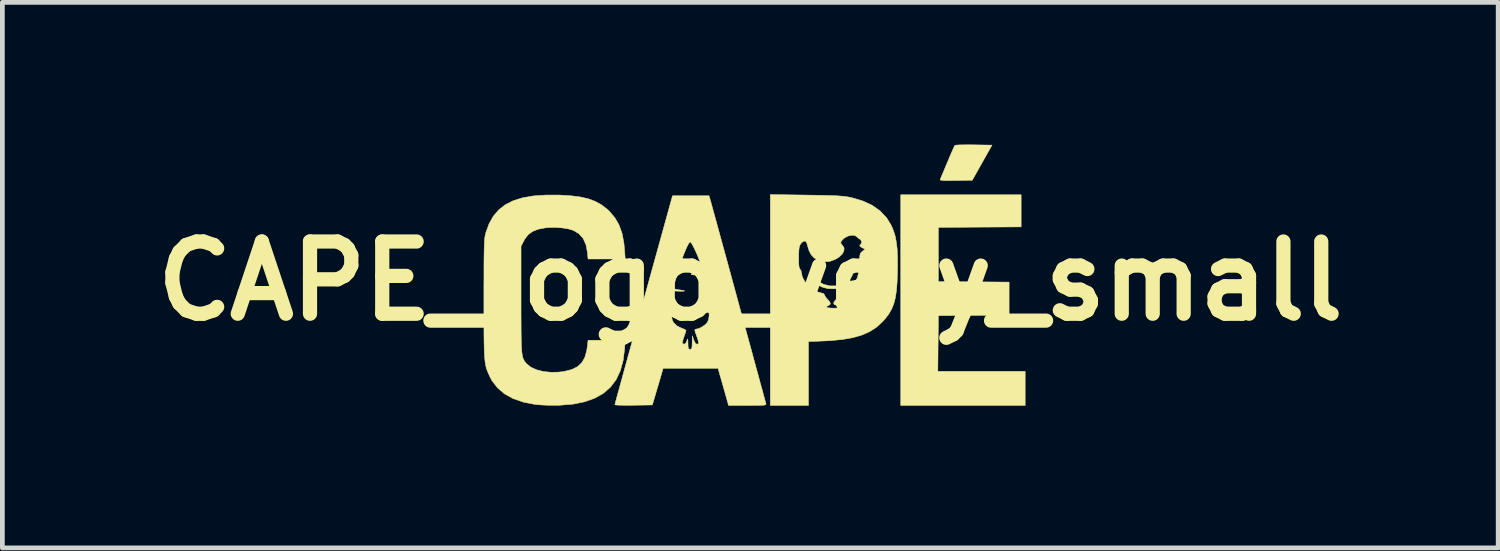
<source format=kicad_pcb>
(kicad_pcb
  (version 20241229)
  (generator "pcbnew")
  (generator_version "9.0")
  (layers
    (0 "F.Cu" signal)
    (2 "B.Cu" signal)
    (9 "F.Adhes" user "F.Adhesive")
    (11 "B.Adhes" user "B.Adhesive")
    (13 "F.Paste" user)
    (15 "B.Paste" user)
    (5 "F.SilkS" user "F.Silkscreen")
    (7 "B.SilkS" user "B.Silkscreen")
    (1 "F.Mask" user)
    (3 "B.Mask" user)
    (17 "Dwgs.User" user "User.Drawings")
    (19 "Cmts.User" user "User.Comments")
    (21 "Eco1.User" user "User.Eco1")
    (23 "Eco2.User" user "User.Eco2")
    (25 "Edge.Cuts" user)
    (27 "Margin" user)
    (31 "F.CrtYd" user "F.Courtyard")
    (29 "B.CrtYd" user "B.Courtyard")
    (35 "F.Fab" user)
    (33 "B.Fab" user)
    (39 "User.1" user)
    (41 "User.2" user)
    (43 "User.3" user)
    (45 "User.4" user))
  (footprint "CAPE_logo_very_small"
    (layer "F.Cu")
    (at 12.78 2.88)
    (property "Reference" "CAPE_logo_very_small" (at 0 0 0) (layer "F.SilkS") (effects (font (size 1.524 1.524) (thickness 0.3))))
    (attr through_hole)
    (fp_poly (pts (xy 5.715 -1.143) (xy 4.842 -1.138) (xy 3.969 -1.132) (xy 3.969 0.011) (xy 5.461 0.022) (xy 5.461 0.719) (xy 4.715 0.725) (xy 3.969 0.73) (xy 3.963 1.318) (xy 3.957 1.905) (xy 5.8 1.905) (xy 5.8 2.625) (xy 3.175 2.625) (xy 3.175 -1.82) (xy 5.715 -1.82) (xy 5.715 -1.143)) (stroke (width 0.01) (type solid)) (fill yes) (layer "F.SilkS"))
    (fp_poly (pts (xy 4.716 -2.874) (xy 5.1 -2.868) (xy 4.892 -2.498) (xy 4.684 -2.127) (xy 4.34 -2.121) (xy 4.208 -2.12) (xy 4.113 -2.12) (xy 4.051 -2.124) (xy 4.017 -2.129) (xy 4.006 -2.138) (xy 4.007 -2.143) (xy 4.018 -2.17) (xy 4.043 -2.23) (xy 4.079 -2.315) (xy 4.122 -2.418) (xy 4.16 -2.508) (xy 4.207 -2.62) (xy 4.249 -2.718) (xy 4.284 -2.796) (xy 4.307 -2.847) (xy 4.317 -2.863) (xy 4.342 -2.868) (xy 4.402 -2.872) (xy 4.491 -2.874) (xy 4.601 -2.875) (xy 4.716 -2.874)) (stroke (width 0.01) (type solid)) (fill yes) (layer "F.SilkS"))
    (fp_poly (pts (xy 2.162 -0.217) (xy 2.169 -0.183) (xy 2.154 -0.127) (xy 2.12 -0.06) (xy 2.074 0.006) (xy 2.026 0.057) (xy 1.912 0.13) (xy 1.783 0.164) (xy 1.638 0.159) (xy 1.539 0.135) (xy 1.476 0.108) (xy 1.408 0.065) (xy 1.343 0.014) (xy 1.288 -0.038) (xy 1.251 -0.085) (xy 1.239 -0.12) (xy 1.243 -0.13) (xy 1.266 -0.135) (xy 1.301 -0.111) (xy 1.337 -0.073) (xy 1.434 0.01) (xy 1.551 0.07) (xy 1.677 0.102) (xy 1.8 0.102) (xy 1.877 0.083) (xy 1.968 0.029) (xy 2.047 -0.057) (xy 2.099 -0.146) (xy 2.128 -0.204) (xy 2.151 -0.222) (xy 2.162 -0.217)) (stroke (width 0.01) (type solid)) (fill yes) (layer "F.SilkS"))
    (fp_poly (pts (xy -4.035 -1.815) (xy -3.797 -1.801) (xy -3.594 -1.776) (xy -3.421 -1.737) (xy -3.272 -1.682) (xy -3.141 -1.61) (xy -3.022 -1.518) (xy -2.972 -1.471) (xy -2.856 -1.335) (xy -2.768 -1.182) (xy -2.705 -1.005) (xy -2.666 -0.8) (xy -2.653 -0.661) (xy -2.639 -0.466) (xy -3.423 -0.466) (xy -3.436 -0.604) (xy -3.467 -0.766) (xy -3.526 -0.898) (xy -3.615 -0.999) (xy -3.732 -1.069) (xy -3.839 -1.101) (xy -3.973 -1.122) (xy -4.121 -1.132) (xy -4.267 -1.128) (xy -4.321 -1.123) (xy -4.474 -1.094) (xy -4.593 -1.047) (xy -4.685 -0.98) (xy -4.756 -0.887) (xy -4.773 -0.856) (xy -4.837 -0.733) (xy -4.837 0.39) (xy -4.837 0.648) (xy -4.836 0.867) (xy -4.835 1.051) (xy -4.833 1.203) (xy -4.83 1.327) (xy -4.825 1.427) (xy -4.819 1.506) (xy -4.81 1.567) (xy -4.799 1.615) (xy -4.784 1.653) (xy -4.767 1.684) (xy -4.747 1.712) (xy -4.722 1.741) (xy -4.718 1.745) (xy -4.63 1.817) (xy -4.511 1.871) (xy -4.367 1.908) (xy -4.206 1.925) (xy -4.036 1.921) (xy -3.927 1.907) (xy -3.77 1.868) (xy -3.648 1.808) (xy -3.557 1.725) (xy -3.492 1.614) (xy -3.451 1.471) (xy -3.436 1.371) (xy -3.423 1.249) (xy -2.64 1.249) (xy -2.652 1.435) (xy -2.683 1.679) (xy -2.742 1.894) (xy -2.831 2.081) (xy -2.95 2.239) (xy -3.1 2.369) (xy -3.281 2.471) (xy -3.494 2.547) (xy -3.739 2.597) (xy -4.017 2.62) (xy -4.19 2.622) (xy -4.301 2.619) (xy -4.411 2.614) (xy -4.504 2.607) (xy -4.541 2.603) (xy -4.786 2.555) (xy -5.001 2.481) (xy -5.183 2.381) (xy -5.332 2.254) (xy -5.449 2.103) (xy -5.492 2.022) (xy -5.517 1.968) (xy -5.539 1.918) (xy -5.558 1.87) (xy -5.573 1.82) (xy -5.586 1.763) (xy -5.596 1.698) (xy -5.604 1.619) (xy -5.61 1.523) (xy -5.614 1.407) (xy -5.617 1.266) (xy -5.619 1.099) (xy -5.619 0.899) (xy -5.62 0.665) (xy -5.62 0.393) (xy -5.62 0.381) (xy -5.62 0.116) (xy -5.619 -0.11) (xy -5.619 -0.301) (xy -5.618 -0.46) (xy -5.616 -0.59) (xy -5.614 -0.696) (xy -5.611 -0.781) (xy -5.607 -0.848) (xy -5.603 -0.901) (xy -5.597 -0.944) (xy -5.59 -0.979) (xy -5.582 -1.011) (xy -5.581 -1.016) (xy -5.513 -1.204) (xy -5.424 -1.365) (xy -5.31 -1.5) (xy -5.17 -1.61) (xy -5.002 -1.695) (xy -4.804 -1.757) (xy -4.574 -1.797) (xy -4.31 -1.815) (xy -4.035 -1.815)) (stroke (width 0.01) (type solid)) (fill yes) (layer "F.SilkS"))
    (fp_poly (pts (xy 1.18 -1.814) (xy 1.387 -1.811) (xy 1.556 -1.808) (xy 1.694 -1.804) (xy 1.806 -1.8) (xy 1.896 -1.794) (xy 1.971 -1.787) (xy 2.036 -1.779) (xy 2.095 -1.769) (xy 2.138 -1.76) (xy 2.369 -1.692) (xy 2.571 -1.599) (xy 2.74 -1.479) (xy 2.876 -1.335) (xy 2.975 -1.174) (xy 3.021 -1.065) (xy 3.057 -0.95) (xy 3.082 -0.822) (xy 3.099 -0.676) (xy 3.107 -0.504) (xy 3.108 -0.299) (xy 3.106 -0.191) (xy 3.098 0.024) (xy 3.084 0.203) (xy 3.061 0.353) (xy 3.028 0.48) (xy 2.983 0.591) (xy 2.924 0.693) (xy 2.849 0.792) (xy 2.788 0.86) (xy 2.665 0.972) (xy 2.524 1.064) (xy 2.361 1.137) (xy 2.17 1.193) (xy 1.95 1.232) (xy 1.695 1.257) (xy 1.572 1.263) (xy 1.228 1.277) (xy 1.228 2.625) (xy 0.423 2.625) (xy 0.423 -0.504) (xy 1.021 -0.504) (xy 1.022 -0.395) (xy 1.026 -0.321) (xy 1.035 -0.276) (xy 1.049 -0.253) (xy 1.072 -0.214) (xy 1.08 -0.172) (xy 1.099 -0.084) (xy 1.15 0.009) (xy 1.225 0.097) (xy 1.316 0.172) (xy 1.414 0.226) (xy 1.487 0.247) (xy 1.544 0.263) (xy 1.566 0.288) (xy 1.566 0.29) (xy 1.58 0.323) (xy 1.615 0.369) (xy 1.63 0.384) (xy 1.679 0.443) (xy 1.69 0.484) (xy 1.664 0.51) (xy 1.651 0.514) (xy 1.617 0.533) (xy 1.609 0.548) (xy 1.629 0.562) (xy 1.687 0.569) (xy 1.759 0.572) (xy 1.841 0.569) (xy 1.887 0.562) (xy 1.901 0.549) (xy 1.9 0.545) (xy 1.875 0.525) (xy 1.826 0.512) (xy 1.824 0.512) (xy 1.772 0.496) (xy 1.758 0.464) (xy 1.783 0.417) (xy 1.81 0.39) (xy 1.846 0.345) (xy 1.863 0.303) (xy 1.863 0.301) (xy 1.878 0.27) (xy 1.928 0.237) (xy 1.979 0.213) (xy 2.102 0.144) (xy 2.195 0.05) (xy 2.26 -0.071) (xy 2.296 -0.222) (xy 2.307 -0.389) (xy 2.308 -0.481) (xy 2.312 -0.54) (xy 2.321 -0.578) (xy 2.339 -0.604) (xy 2.365 -0.627) (xy 2.424 -0.673) (xy 2.365 -0.7) (xy 2.317 -0.73) (xy 2.311 -0.756) (xy 2.328 -0.773) (xy 2.348 -0.805) (xy 2.344 -0.849) (xy 2.318 -0.881) (xy 2.312 -0.883) (xy 2.269 -0.912) (xy 2.249 -0.934) (xy 2.205 -0.962) (xy 2.139 -0.967) (xy 2.064 -0.95) (xy 1.993 -0.913) (xy 1.974 -0.898) (xy 1.924 -0.848) (xy 1.908 -0.81) (xy 1.925 -0.774) (xy 1.949 -0.75) (xy 1.98 -0.698) (xy 1.975 -0.635) (xy 1.939 -0.569) (xy 1.872 -0.505) (xy 1.793 -0.456) (xy 1.665 -0.411) (xy 1.542 -0.408) (xy 1.427 -0.442) (xy 1.346 -0.49) (xy 1.285 -0.555) (xy 1.239 -0.644) (xy 1.202 -0.767) (xy 1.197 -0.788) (xy 1.174 -0.835) (xy 1.136 -0.844) (xy 1.09 -0.817) (xy 1.066 -0.788) (xy 1.046 -0.755) (xy 1.033 -0.714) (xy 1.026 -0.656) (xy 1.022 -0.57) (xy 1.021 -0.504) (xy 0.423 -0.504) (xy 0.423 -1.825) (xy 1.18 -1.814)) (stroke (width 0.01) (type solid)) (fill yes) (layer "F.SilkS"))
    (fp_poly (pts (xy -0.849 -1.73) (xy -0.841 -1.701) (xy -0.822 -1.633) (xy -0.794 -1.53) (xy -0.757 -1.395) (xy -0.711 -1.23) (xy -0.659 -1.038) (xy -0.6 -0.823) (xy -0.535 -0.586) (xy -0.465 -0.331) (xy -0.391 -0.06) (xy -0.314 0.223) (xy -0.254 0.445) (xy -0.175 0.735) (xy -0.099 1.014) (xy -0.026 1.28) (xy 0.042 1.528) (xy 0.104 1.758) (xy 0.161 1.965) (xy 0.21 2.147) (xy 0.253 2.302) (xy 0.286 2.426) (xy 0.311 2.517) (xy 0.326 2.572) (xy 0.331 2.588) (xy 0.332 2.601) (xy 0.323 2.61) (xy 0.298 2.617) (xy 0.253 2.621) (xy 0.181 2.623) (xy 0.077 2.624) (xy -0.058 2.625) (xy -0.458 2.625) (xy -0.549 2.302) (xy -0.582 2.186) (xy -0.613 2.079) (xy -0.638 1.99) (xy -0.655 1.928) (xy -0.66 1.91) (xy -0.679 1.841) (xy -1.84 1.841) (xy -1.862 1.921) (xy -1.876 1.969) (xy -1.899 2.049) (xy -1.928 2.15) (xy -1.962 2.262) (xy -1.975 2.307) (xy -2.066 2.614) (xy -2.462 2.62) (xy -2.586 2.621) (xy -2.694 2.62) (xy -2.78 2.618) (xy -2.836 2.614) (xy -2.857 2.61) (xy -2.857 2.609) (xy -2.852 2.587) (xy -2.836 2.527) (xy -2.81 2.431) (xy -2.775 2.303) (xy -2.731 2.144) (xy -2.68 1.957) (xy -2.622 1.746) (xy -2.558 1.513) (xy -2.488 1.26) (xy -2.414 0.99) (xy -2.335 0.706) (xy -2.304 0.593) (xy -1.66 0.593) (xy -1.66 0.695) (xy -1.656 0.766) (xy -1.648 0.814) (xy -1.633 0.851) (xy -1.613 0.883) (xy -1.542 0.949) (xy -1.459 0.989) (xy -1.401 1.012) (xy -1.363 1.033) (xy -1.355 1.041) (xy -1.362 1.068) (xy -1.379 1.121) (xy -1.398 1.174) (xy -1.42 1.24) (xy -1.43 1.291) (xy -1.429 1.312) (xy -1.399 1.334) (xy -1.367 1.318) (xy -1.34 1.269) (xy -1.339 1.265) (xy -1.326 1.229) (xy -1.32 1.223) (xy -1.316 1.251) (xy -1.314 1.318) (xy -1.312 1.387) (xy -1.303 1.424) (xy -1.286 1.438) (xy -1.27 1.439) (xy -1.247 1.435) (xy -1.234 1.416) (xy -1.228 1.373) (xy -1.226 1.298) (xy -1.226 1.296) (xy -1.224 1.154) (xy -1.192 1.244) (xy -1.162 1.305) (xy -1.13 1.333) (xy -1.099 1.325) (xy -1.091 1.315) (xy -1.093 1.287) (xy -1.107 1.231) (xy -1.131 1.16) (xy -1.132 1.156) (xy -1.159 1.083) (xy -1.17 1.04) (xy -1.167 1.021) (xy -1.151 1.016) (xy -1.15 1.016) (xy -1.088 1.002) (xy -1.015 0.966) (xy -0.948 0.918) (xy -0.904 0.87) (xy -0.879 0.805) (xy -0.868 0.732) (xy -0.868 0.731) (xy -0.87 0.681) (xy -0.885 0.662) (xy -0.924 0.665) (xy -0.942 0.668) (xy -1.002 0.673) (xy -1.05 0.666) (xy -1.053 0.665) (xy -1.064 0.653) (xy -1.037 0.644) (xy -0.984 0.636) (xy -0.92 0.626) (xy -0.886 0.611) (xy -0.873 0.584) (xy -0.872 0.576) (xy -0.87 0.55) (xy -0.88 0.537) (xy -0.911 0.534) (xy -0.972 0.539) (xy -1.004 0.542) (xy -1.086 0.548) (xy -1.131 0.544) (xy -1.143 0.532) (xy -1.124 0.516) (xy -1.073 0.508) (xy -1.053 0.508) (xy -0.959 0.503) (xy -0.9 0.488) (xy -0.872 0.46) (xy -0.868 0.434) (xy -0.872 0.388) (xy -0.882 0.311) (xy -0.897 0.218) (xy -0.915 0.118) (xy -0.933 0.026) (xy -0.949 -0.049) (xy -0.954 -0.068) (xy -0.975 -0.146) (xy -1.112 -0.134) (xy -1.194 -0.129) (xy -1.238 -0.134) (xy -1.249 -0.145) (xy -1.229 -0.16) (xy -1.172 -0.168) (xy -1.132 -0.169) (xy -1.056 -0.173) (xy -1.014 -0.187) (xy -1.002 -0.201) (xy -1.003 -0.246) (xy -1.035 -0.278) (xy -1.083 -0.285) (xy -1.091 -0.284) (xy -1.146 -0.283) (xy -1.179 -0.294) (xy -1.197 -0.308) (xy -1.183 -0.315) (xy -1.139 -0.317) (xy -1.085 -0.322) (xy -1.052 -0.333) (xy -1.049 -0.336) (xy -1.051 -0.365) (xy -1.068 -0.422) (xy -1.096 -0.497) (xy -1.131 -0.581) (xy -1.17 -0.665) (xy -1.207 -0.74) (xy -1.24 -0.796) (xy -1.263 -0.824) (xy -1.267 -0.826) (xy -1.29 -0.806) (xy -1.321 -0.753) (xy -1.359 -0.672) (xy -1.401 -0.571) (xy -1.444 -0.456) (xy -1.486 -0.334) (xy -1.526 -0.212) (xy -1.56 -0.096) (xy -1.587 0.006) (xy -1.604 0.087) (xy -1.608 0.142) (xy -1.603 0.161) (xy -1.576 0.171) (xy -1.52 0.182) (xy -1.467 0.19) (xy -1.406 0.2) (xy -1.385 0.208) (xy -1.402 0.213) (xy -1.454 0.215) (xy -1.528 0.213) (xy -1.627 0.208) (xy -1.643 0.289) (xy -1.65 0.345) (xy -1.655 0.43) (xy -1.659 0.53) (xy -1.66 0.593) (xy -2.304 0.593) (xy -2.253 0.411) (xy -2.249 0.397) (xy -1.641 -1.799) (xy -0.871 -1.799) (xy -0.849 -1.73)) (stroke (width 0.01) (type solid)) (fill yes) (layer "F.SilkS")))
  (gr_rect
    (start -3 -3)
    (end 28.56 8.51)
    (stroke (width 0.1) (type default))
    (fill no)
    (layer "Edge.Cuts")))
</source>
